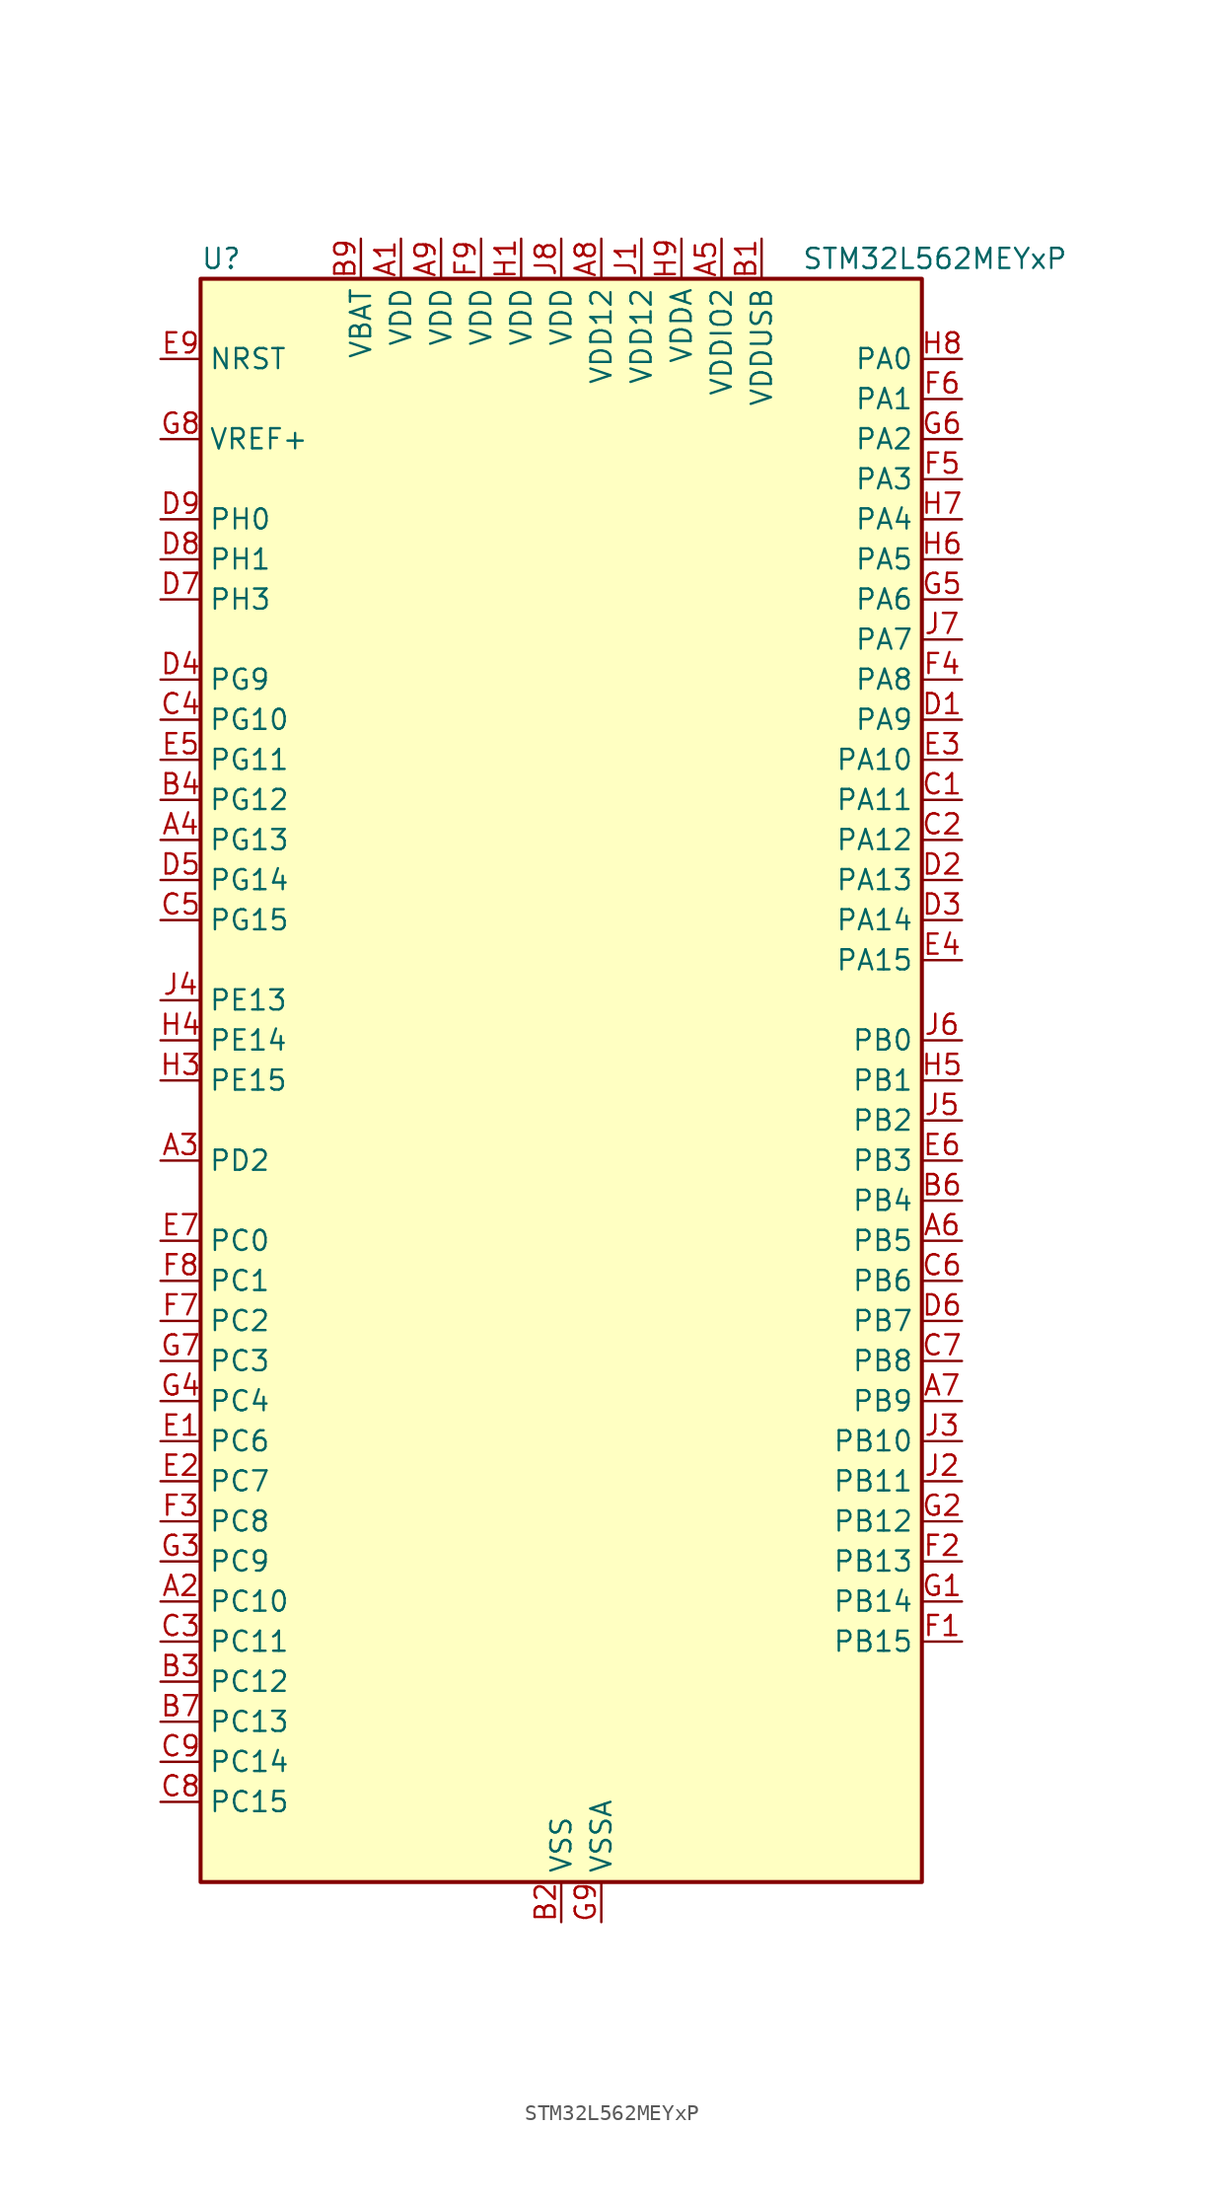
<source format=kicad_sym>
(kicad_symbol_lib
  (version 20241209)
  (generator "kicad_symbol_editor")
  (generator_version "9.0")
  (symbol "STM32L562MEYxP"
    (property "Reference" "U"
      (at -22.86 52.07 0)
      (effects (font (size 1.27 1.27)) (justify left)))
    (property "Value" "STM32L562MEYxP"
      (at 15.24 52.07 0)
      (effects (font (size 1.27 1.27)) (justify left)))
    (symbol "STM32L562MEYxP_0_1"
      (rectangle (start -22.86 -50.8) (end 22.86 50.8) (stroke (width 0.254) (type default)) (fill (type background))))
    (symbol "STM32L562MEYxP_1_1"
      (pin input line (at -25.4 45.72 0) (length 2.54) (name "NRST" (effects (font (size 1.27 1.27)))) (number "E9" (effects (font (size 1.27 1.27)))))
      (pin input line (at -25.4 40.64 0) (length 2.54) (name "VREF+" (effects (font (size 1.27 1.27)))) (number "G8" (effects (font (size 1.27 1.27)))) (alternate "VREFBUF_OUT" bidirectional line))
      (pin bidirectional line (at -25.4 35.56 0) (length 2.54) (name "PH0" (effects (font (size 1.27 1.27)))) (number "D9" (effects (font (size 1.27 1.27)))) (alternate "RCC_OSC_IN" bidirectional line))
      (pin bidirectional line (at -25.4 33.02 0) (length 2.54) (name "PH1" (effects (font (size 1.27 1.27)))) (number "D8" (effects (font (size 1.27 1.27)))) (alternate "RCC_OSC_OUT" bidirectional line))
      (pin bidirectional line (at -25.4 30.48 0) (length 2.54) (name "PH3" (effects (font (size 1.27 1.27)))) (number "D7" (effects (font (size 1.27 1.27)))))
      (pin bidirectional line (at -25.4 25.4 0) (length 2.54) (name "PG9" (effects (font (size 1.27 1.27)))) (number "D4" (effects (font (size 1.27 1.27)))) (alternate "DAC1_EXTI9" bidirectional line) (alternate "SAI2_SCK_A" bidirectional line) (alternate "SPI3_SCK" bidirectional line) (alternate "TIM15_CH1N" bidirectional line) (alternate "USART1_TX" bidirectional line))
      (pin bidirectional line (at -25.4 22.86 0) (length 2.54) (name "PG10" (effects (font (size 1.27 1.27)))) (number "C4" (effects (font (size 1.27 1.27)))) (alternate "LPTIM1_IN1" bidirectional line) (alternate "SAI2_FS_A" bidirectional line) (alternate "SPI3_MISO" bidirectional line) (alternate "TIM15_CH1" bidirectional line) (alternate "USART1_RX" bidirectional line))
      (pin bidirectional line (at -25.4 20.32 0) (length 2.54) (name "PG11" (effects (font (size 1.27 1.27)))) (number "E5" (effects (font (size 1.27 1.27)))) (alternate "ADC1_EXTI11" bidirectional line) (alternate "ADC2_EXTI11" bidirectional line) (alternate "LPTIM1_IN2" bidirectional line) (alternate "OCTOSPI1_IO5" bidirectional line) (alternate "SAI2_MCLK_A" bidirectional line) (alternate "SPI3_MOSI" bidirectional line) (alternate "TIM15_CH2" bidirectional line) (alternate "USART1_CTS" bidirectional line) (alternate "USART1_NSS" bidirectional line))
      (pin bidirectional line (at -25.4 17.78 0) (length 2.54) (name "PG12" (effects (font (size 1.27 1.27)))) (number "B4" (effects (font (size 1.27 1.27)))) (alternate "LPTIM1_ETR" bidirectional line) (alternate "SAI2_SD_A" bidirectional line) (alternate "SPI3_NSS" bidirectional line) (alternate "USART1_DE" bidirectional line) (alternate "USART1_RTS" bidirectional line))
      (pin bidirectional line (at -25.4 15.24 0) (length 2.54) (name "PG13" (effects (font (size 1.27 1.27)))) (number "A4" (effects (font (size 1.27 1.27)))) (alternate "I2C1_SDA" bidirectional line) (alternate "USART1_CK" bidirectional line))
      (pin bidirectional line (at -25.4 12.7 0) (length 2.54) (name "PG14" (effects (font (size 1.27 1.27)))) (number "D5" (effects (font (size 1.27 1.27)))) (alternate "I2C1_SCL" bidirectional line))
      (pin bidirectional line (at -25.4 10.16 0) (length 2.54) (name "PG15" (effects (font (size 1.27 1.27)))) (number "C5" (effects (font (size 1.27 1.27)))) (alternate "ADC1_EXTI15" bidirectional line) (alternate "ADC2_EXTI15" bidirectional line) (alternate "I2C1_SMBA" bidirectional line) (alternate "LPTIM1_OUT" bidirectional line))
      (pin bidirectional line (at -25.4 5.08 0) (length 2.54) (name "PE13" (effects (font (size 1.27 1.27)))) (number "J4" (effects (font (size 1.27 1.27)))) (alternate "OCTOSPI1_IO1" bidirectional line) (alternate "SPI1_SCK" bidirectional line) (alternate "TIM1_CH3" bidirectional line) (alternate "TSC_G5_IO4" bidirectional line))
      (pin bidirectional line (at -25.4 2.54 0) (length 2.54) (name "PE14" (effects (font (size 1.27 1.27)))) (number "H4" (effects (font (size 1.27 1.27)))) (alternate "OCTOSPI1_IO2" bidirectional line) (alternate "SPI1_MISO" bidirectional line) (alternate "TIM1_BKIN2" bidirectional line) (alternate "TIM1_CH4" bidirectional line))
      (pin bidirectional line (at -25.4 0 0) (length 2.54) (name "PE15" (effects (font (size 1.27 1.27)))) (number "H3" (effects (font (size 1.27 1.27)))) (alternate "ADC1_EXTI15" bidirectional line) (alternate "ADC2_EXTI15" bidirectional line) (alternate "OCTOSPI1_IO3" bidirectional line) (alternate "SPI1_MOSI" bidirectional line) (alternate "TIM1_BKIN" bidirectional line))
      (pin bidirectional line (at -25.4 -5.08 0) (length 2.54) (name "PD2" (effects (font (size 1.27 1.27)))) (number "A3" (effects (font (size 1.27 1.27)))) (alternate "DEBUG_TRACED2" bidirectional line) (alternate "SDMMC1_CMD" bidirectional line) (alternate "TIM3_ETR" bidirectional line) (alternate "TSC_SYNC" bidirectional line) (alternate "UART5_RX" bidirectional line) (alternate "USART3_DE" bidirectional line) (alternate "USART3_RTS" bidirectional line))
      (pin bidirectional line (at -25.4 -10.16 0) (length 2.54) (name "PC0" (effects (font (size 1.27 1.27)))) (number "E7" (effects (font (size 1.27 1.27)))) (alternate "ADC1_IN1" bidirectional line) (alternate "ADC2_IN1" bidirectional line) (alternate "I2C3_SCL" bidirectional line) (alternate "LPTIM1_IN1" bidirectional line) (alternate "LPTIM2_IN1" bidirectional line) (alternate "LPUART1_RX" bidirectional line) (alternate "OCTOSPI1_IO7" bidirectional line) (alternate "SAI2_FS_A" bidirectional line) (alternate "SDMMC1_D5" bidirectional line))
      (pin bidirectional line (at -25.4 -12.7 0) (length 2.54) (name "PC1" (effects (font (size 1.27 1.27)))) (number "F8" (effects (font (size 1.27 1.27)))) (alternate "ADC1_IN2" bidirectional line) (alternate "ADC2_IN2" bidirectional line) (alternate "DEBUG_TRACED0" bidirectional line) (alternate "I2C3_SDA" bidirectional line) (alternate "LPTIM1_OUT" bidirectional line) (alternate "LPUART1_TX" bidirectional line) (alternate "OCTOSPI1_IO4" bidirectional line) (alternate "SAI1_SD_A" bidirectional line) (alternate "SPI2_MOSI" bidirectional line))
      (pin bidirectional line (at -25.4 -15.24 0) (length 2.54) (name "PC2" (effects (font (size 1.27 1.27)))) (number "F7" (effects (font (size 1.27 1.27)))) (alternate "ADC1_IN3" bidirectional line) (alternate "ADC2_IN3" bidirectional line) (alternate "DFSDM1_CKOUT" bidirectional line) (alternate "LPTIM1_IN2" bidirectional line) (alternate "OCTOSPI1_IO5" bidirectional line) (alternate "SPI2_MISO" bidirectional line))
      (pin bidirectional line (at -25.4 -17.78 0) (length 2.54) (name "PC3" (effects (font (size 1.27 1.27)))) (number "G7" (effects (font (size 1.27 1.27)))) (alternate "ADC1_IN4" bidirectional line) (alternate "ADC2_IN4" bidirectional line) (alternate "LPTIM1_ETR" bidirectional line) (alternate "LPTIM2_ETR" bidirectional line) (alternate "LPTIM3_OUT" bidirectional line) (alternate "OCTOSPI1_IO6" bidirectional line) (alternate "SAI1_D1" bidirectional line) (alternate "SAI1_SD_A" bidirectional line) (alternate "SPI2_MOSI" bidirectional line))
      (pin bidirectional line (at -25.4 -20.32 0) (length 2.54) (name "PC4" (effects (font (size 1.27 1.27)))) (number "G4" (effects (font (size 1.27 1.27)))) (alternate "ADC1_IN13" bidirectional line) (alternate "ADC2_IN13" bidirectional line) (alternate "COMP1_INM" bidirectional line) (alternate "OCTOSPI1_IO7" bidirectional line) (alternate "USART3_TX" bidirectional line))
      (pin bidirectional line (at -25.4 -22.86 0) (length 2.54) (name "PC6" (effects (font (size 1.27 1.27)))) (number "E1" (effects (font (size 1.27 1.27)))) (alternate "DFSDM1_CKIN3" bidirectional line) (alternate "SAI2_MCLK_A" bidirectional line) (alternate "SDMMC1_D0DIR" bidirectional line) (alternate "SDMMC1_D6" bidirectional line) (alternate "TIM3_CH1" bidirectional line) (alternate "TIM8_CH1" bidirectional line) (alternate "TSC_G4_IO1" bidirectional line))
      (pin bidirectional line (at -25.4 -25.4 0) (length 2.54) (name "PC7" (effects (font (size 1.27 1.27)))) (number "E2" (effects (font (size 1.27 1.27)))) (alternate "DFSDM1_DATIN3" bidirectional line) (alternate "SAI2_MCLK_B" bidirectional line) (alternate "SDMMC1_D123DIR" bidirectional line) (alternate "SDMMC1_D7" bidirectional line) (alternate "TIM3_CH2" bidirectional line) (alternate "TIM8_CH2" bidirectional line) (alternate "TSC_G4_IO2" bidirectional line))
      (pin bidirectional line (at -25.4 -27.94 0) (length 2.54) (name "PC8" (effects (font (size 1.27 1.27)))) (number "F3" (effects (font (size 1.27 1.27)))) (alternate "SDMMC1_D0" bidirectional line) (alternate "TIM3_CH3" bidirectional line) (alternate "TIM8_CH3" bidirectional line) (alternate "TSC_G4_IO3" bidirectional line))
      (pin bidirectional line (at -25.4 -30.48 0) (length 2.54) (name "PC9" (effects (font (size 1.27 1.27)))) (number "G3" (effects (font (size 1.27 1.27)))) (alternate "DAC1_EXTI9" bidirectional line) (alternate "DEBUG_TRACED0" bidirectional line) (alternate "SAI2_EXTCLK" bidirectional line) (alternate "SDMMC1_D1" bidirectional line) (alternate "TIM3_CH4" bidirectional line) (alternate "TIM8_BKIN2" bidirectional line) (alternate "TIM8_CH4" bidirectional line) (alternate "TSC_G4_IO4" bidirectional line) (alternate "USB_NOE" bidirectional line))
      (pin bidirectional line (at -25.4 -33.02 0) (length 2.54) (name "PC10" (effects (font (size 1.27 1.27)))) (number "A2" (effects (font (size 1.27 1.27)))) (alternate "DEBUG_TRACED1" bidirectional line) (alternate "LPTIM3_ETR" bidirectional line) (alternate "SAI2_SCK_B" bidirectional line) (alternate "SDMMC1_D2" bidirectional line) (alternate "SPI3_SCK" bidirectional line) (alternate "TSC_G3_IO2" bidirectional line) (alternate "UART4_TX" bidirectional line) (alternate "USART3_TX" bidirectional line))
      (pin bidirectional line (at -25.4 -35.56 0) (length 2.54) (name "PC11" (effects (font (size 1.27 1.27)))) (number "C3" (effects (font (size 1.27 1.27)))) (alternate "ADC1_EXTI11" bidirectional line) (alternate "ADC2_EXTI11" bidirectional line) (alternate "LPTIM3_IN1" bidirectional line) (alternate "OCTOSPI1_NCS" bidirectional line) (alternate "SAI2_MCLK_B" bidirectional line) (alternate "SDMMC1_D3" bidirectional line) (alternate "SPI3_MISO" bidirectional line) (alternate "TSC_G3_IO3" bidirectional line) (alternate "UART4_RX" bidirectional line) (alternate "UCPD1_FRSTX2" bidirectional line) (alternate "USART3_RX" bidirectional line))
      (pin bidirectional line (at -25.4 -38.1 0) (length 2.54) (name "PC12" (effects (font (size 1.27 1.27)))) (number "B3" (effects (font (size 1.27 1.27)))) (alternate "DEBUG_TRACED3" bidirectional line) (alternate "SAI2_SD_B" bidirectional line) (alternate "SDMMC1_CK" bidirectional line) (alternate "SPI3_MOSI" bidirectional line) (alternate "TSC_G3_IO4" bidirectional line) (alternate "UART5_TX" bidirectional line) (alternate "USART3_CK" bidirectional line))
      (pin bidirectional line (at -25.4 -40.64 0) (length 2.54) (name "PC13" (effects (font (size 1.27 1.27)))) (number "B7" (effects (font (size 1.27 1.27)))) (alternate "PWR_WKUP2" bidirectional line) (alternate "RTC_OUT1" bidirectional line) (alternate "RTC_TS" bidirectional line) (alternate "TAMP_IN1" bidirectional line) (alternate "TAMP_OUT2" bidirectional line))
      (pin bidirectional line (at -25.4 -43.18 0) (length 2.54) (name "PC14" (effects (font (size 1.27 1.27)))) (number "C9" (effects (font (size 1.27 1.27)))) (alternate "RCC_OSC32_IN" bidirectional line))
      (pin bidirectional line (at -25.4 -45.72 0) (length 2.54) (name "PC15" (effects (font (size 1.27 1.27)))) (number "C8" (effects (font (size 1.27 1.27)))) (alternate "ADC1_EXTI15" bidirectional line) (alternate "ADC2_EXTI15" bidirectional line) (alternate "RCC_OSC32_OUT" bidirectional line))
      (pin power_in line (at -12.7 53.34 270) (length 2.54) (name "VBAT" (effects (font (size 1.27 1.27)))) (number "B9" (effects (font (size 1.27 1.27)))))
      (pin power_in line (at -10.16 53.34 270) (length 2.54) (name "VDD" (effects (font (size 1.27 1.27)))) (number "A1" (effects (font (size 1.27 1.27)))))
      (pin power_in line (at -7.62 53.34 270) (length 2.54) (name "VDD" (effects (font (size 1.27 1.27)))) (number "A9" (effects (font (size 1.27 1.27)))))
      (pin power_in line (at -5.08 53.34 270) (length 2.54) (name "VDD" (effects (font (size 1.27 1.27)))) (number "F9" (effects (font (size 1.27 1.27)))))
      (pin power_in line (at -2.54 53.34 270) (length 2.54) (name "VDD" (effects (font (size 1.27 1.27)))) (number "H1" (effects (font (size 1.27 1.27)))))
      (pin power_in line (at 0 53.34 270) (length 2.54) (name "VDD" (effects (font (size 1.27 1.27)))) (number "J8" (effects (font (size 1.27 1.27)))))
      (pin power_in line (at 0 -53.34 90) (length 2.54) (name "VSS" (effects (font (size 1.27 1.27)))) (number "B2" (effects (font (size 1.27 1.27)))))
      (pin passive line (at 0 -53.34 90) (length 2.54) (hide yes) (name "VSS" (effects (font (size 1.27 1.27)))) (number "B5" (effects (font (size 1.27 1.27)))))
      (pin passive line (at 0 -53.34 90) (length 2.54) (hide yes) (name "VSS" (effects (font (size 1.27 1.27)))) (number "B8" (effects (font (size 1.27 1.27)))))
      (pin passive line (at 0 -53.34 90) (length 2.54) (hide yes) (name "VSS" (effects (font (size 1.27 1.27)))) (number "E8" (effects (font (size 1.27 1.27)))))
      (pin passive line (at 0 -53.34 90) (length 2.54) (hide yes) (name "VSS" (effects (font (size 1.27 1.27)))) (number "H2" (effects (font (size 1.27 1.27)))))
      (pin passive line (at 0 -53.34 90) (length 2.54) (hide yes) (name "VSS" (effects (font (size 1.27 1.27)))) (number "J9" (effects (font (size 1.27 1.27)))))
      (pin power_in line (at 2.54 53.34 270) (length 2.54) (name "VDD12" (effects (font (size 1.27 1.27)))) (number "A8" (effects (font (size 1.27 1.27)))))
      (pin power_in line (at 2.54 -53.34 90) (length 2.54) (name "VSSA" (effects (font (size 1.27 1.27)))) (number "G9" (effects (font (size 1.27 1.27)))))
      (pin power_in line (at 5.08 53.34 270) (length 2.54) (name "VDD12" (effects (font (size 1.27 1.27)))) (number "J1" (effects (font (size 1.27 1.27)))))
      (pin power_in line (at 7.62 53.34 270) (length 2.54) (name "VDDA" (effects (font (size 1.27 1.27)))) (number "H9" (effects (font (size 1.27 1.27)))))
      (pin power_in line (at 10.16 53.34 270) (length 2.54) (name "VDDIO2" (effects (font (size 1.27 1.27)))) (number "A5" (effects (font (size 1.27 1.27)))))
      (pin power_in line (at 12.7 53.34 270) (length 2.54) (name "VDDUSB" (effects (font (size 1.27 1.27)))) (number "B1" (effects (font (size 1.27 1.27)))))
      (pin bidirectional line (at 25.4 45.72 180) (length 2.54) (name "PA0" (effects (font (size 1.27 1.27)))) (number "H8" (effects (font (size 1.27 1.27)))) (alternate "ADC1_IN5" bidirectional line) (alternate "ADC2_IN5" bidirectional line) (alternate "OPAMP1_VINP" bidirectional line) (alternate "PWR_WKUP1" bidirectional line) (alternate "SAI1_EXTCLK" bidirectional line) (alternate "TAMP_IN2" bidirectional line) (alternate "TAMP_OUT1" bidirectional line) (alternate "TIM2_CH1" bidirectional line) (alternate "TIM2_ETR" bidirectional line) (alternate "TIM5_CH1" bidirectional line) (alternate "TIM8_ETR" bidirectional line) (alternate "UART4_TX" bidirectional line) (alternate "USART2_CTS" bidirectional line) (alternate "USART2_NSS" bidirectional line))
      (pin bidirectional line (at 25.4 43.18 180) (length 2.54) (name "PA1" (effects (font (size 1.27 1.27)))) (number "F6" (effects (font (size 1.27 1.27)))) (alternate "ADC1_IN6" bidirectional line) (alternate "ADC2_IN6" bidirectional line) (alternate "I2C1_SMBA" bidirectional line) (alternate "OCTOSPI1_DQS" bidirectional line) (alternate "OPAMP1_VINM" bidirectional line) (alternate "SPI1_SCK" bidirectional line) (alternate "TAMP_IN5" bidirectional line) (alternate "TAMP_OUT4" bidirectional line) (alternate "TIM15_CH1N" bidirectional line) (alternate "TIM2_CH2" bidirectional line) (alternate "TIM5_CH2" bidirectional line) (alternate "UART4_RX" bidirectional line) (alternate "USART2_DE" bidirectional line) (alternate "USART2_RTS" bidirectional line))
      (pin bidirectional line (at 25.4 40.64 180) (length 2.54) (name "PA2" (effects (font (size 1.27 1.27)))) (number "G6" (effects (font (size 1.27 1.27)))) (alternate "ADC1_IN7" bidirectional line) (alternate "ADC2_IN7" bidirectional line) (alternate "COMP1_INP" bidirectional line) (alternate "LPUART1_TX" bidirectional line) (alternate "OCTOSPI1_NCS" bidirectional line) (alternate "PWR_WKUP4" bidirectional line) (alternate "RCC_LSCO" bidirectional line) (alternate "SAI2_EXTCLK" bidirectional line) (alternate "TIM15_CH1" bidirectional line) (alternate "TIM2_CH3" bidirectional line) (alternate "TIM5_CH3" bidirectional line) (alternate "UCPD1_FRSTX1" bidirectional line) (alternate "USART2_TX" bidirectional line))
      (pin bidirectional line (at 25.4 38.1 180) (length 2.54) (name "PA3" (effects (font (size 1.27 1.27)))) (number "F5" (effects (font (size 1.27 1.27)))) (alternate "ADC1_IN8" bidirectional line) (alternate "ADC2_IN8" bidirectional line) (alternate "LPUART1_RX" bidirectional line) (alternate "OCTOSPI1_CLK" bidirectional line) (alternate "OPAMP1_VOUT" bidirectional line) (alternate "SAI1_CK1" bidirectional line) (alternate "SAI1_MCLK_A" bidirectional line) (alternate "TIM15_CH2" bidirectional line) (alternate "TIM2_CH4" bidirectional line) (alternate "TIM5_CH4" bidirectional line) (alternate "USART2_RX" bidirectional line))
      (pin bidirectional line (at 25.4 35.56 180) (length 2.54) (name "PA4" (effects (font (size 1.27 1.27)))) (number "H7" (effects (font (size 1.27 1.27)))) (alternate "ADC1_IN9" bidirectional line) (alternate "ADC2_IN9" bidirectional line) (alternate "DAC1_OUT1" bidirectional line) (alternate "LPTIM2_OUT" bidirectional line) (alternate "OCTOSPI1_NCS" bidirectional line) (alternate "SAI1_FS_B" bidirectional line) (alternate "SPI1_NSS" bidirectional line) (alternate "SPI3_NSS" bidirectional line) (alternate "USART2_CK" bidirectional line))
      (pin bidirectional line (at 25.4 33.02 180) (length 2.54) (name "PA5" (effects (font (size 1.27 1.27)))) (number "H6" (effects (font (size 1.27 1.27)))) (alternate "ADC1_IN10" bidirectional line) (alternate "ADC2_IN10" bidirectional line) (alternate "DAC1_OUT2" bidirectional line) (alternate "LPTIM2_ETR" bidirectional line) (alternate "SPI1_SCK" bidirectional line) (alternate "TIM2_CH1" bidirectional line) (alternate "TIM2_ETR" bidirectional line) (alternate "TIM8_CH1N" bidirectional line))
      (pin bidirectional line (at 25.4 30.48 180) (length 2.54) (name "PA6" (effects (font (size 1.27 1.27)))) (number "G5" (effects (font (size 1.27 1.27)))) (alternate "ADC1_IN11" bidirectional line) (alternate "ADC2_IN11" bidirectional line) (alternate "LPUART1_CTS" bidirectional line) (alternate "OCTOSPI1_IO3" bidirectional line) (alternate "OPAMP2_VINP" bidirectional line) (alternate "SPI1_MISO" bidirectional line) (alternate "TIM16_CH1" bidirectional line) (alternate "TIM1_BKIN" bidirectional line) (alternate "TIM3_CH1" bidirectional line) (alternate "TIM8_BKIN" bidirectional line) (alternate "USART3_CTS" bidirectional line) (alternate "USART3_NSS" bidirectional line))
      (pin bidirectional line (at 25.4 27.94 180) (length 2.54) (name "PA7" (effects (font (size 1.27 1.27)))) (number "J7" (effects (font (size 1.27 1.27)))) (alternate "ADC1_IN12" bidirectional line) (alternate "ADC2_IN12" bidirectional line) (alternate "I2C3_SCL" bidirectional line) (alternate "OCTOSPI1_IO2" bidirectional line) (alternate "OPAMP2_VINM" bidirectional line) (alternate "SPI1_MOSI" bidirectional line) (alternate "TIM17_CH1" bidirectional line) (alternate "TIM1_CH1N" bidirectional line) (alternate "TIM3_CH2" bidirectional line) (alternate "TIM8_CH1N" bidirectional line))
      (pin bidirectional line (at 25.4 25.4 180) (length 2.54) (name "PA8" (effects (font (size 1.27 1.27)))) (number "F4" (effects (font (size 1.27 1.27)))) (alternate "LPTIM2_OUT" bidirectional line) (alternate "RCC_MCO" bidirectional line) (alternate "SAI1_CK2" bidirectional line) (alternate "SAI1_SCK_A" bidirectional line) (alternate "TIM1_CH1" bidirectional line) (alternate "USART1_CK" bidirectional line))
      (pin bidirectional line (at 25.4 22.86 180) (length 2.54) (name "PA9" (effects (font (size 1.27 1.27)))) (number "D1" (effects (font (size 1.27 1.27)))) (alternate "DAC1_EXTI9" bidirectional line) (alternate "SAI1_FS_A" bidirectional line) (alternate "SPI2_SCK" bidirectional line) (alternate "TIM15_BKIN" bidirectional line) (alternate "TIM1_CH2" bidirectional line) (alternate "USART1_TX" bidirectional line))
      (pin bidirectional line (at 25.4 20.32 180) (length 2.54) (name "PA10" (effects (font (size 1.27 1.27)))) (number "E3" (effects (font (size 1.27 1.27)))) (alternate "CRS_SYNC" bidirectional line) (alternate "SAI1_D1" bidirectional line) (alternate "SAI1_SD_A" bidirectional line) (alternate "TIM17_BKIN" bidirectional line) (alternate "TIM1_CH3" bidirectional line) (alternate "USART1_RX" bidirectional line))
      (pin bidirectional line (at 25.4 17.78 180) (length 2.54) (name "PA11" (effects (font (size 1.27 1.27)))) (number "C1" (effects (font (size 1.27 1.27)))) (alternate "ADC1_EXTI11" bidirectional line) (alternate "ADC2_EXTI11" bidirectional line) (alternate "FDCAN1_RX" bidirectional line) (alternate "SPI1_MISO" bidirectional line) (alternate "TIM1_BKIN2" bidirectional line) (alternate "TIM1_CH4" bidirectional line) (alternate "USART1_CTS" bidirectional line) (alternate "USART1_NSS" bidirectional line) (alternate "USB_DM" bidirectional line))
      (pin bidirectional line (at 25.4 15.24 180) (length 2.54) (name "PA12" (effects (font (size 1.27 1.27)))) (number "C2" (effects (font (size 1.27 1.27)))) (alternate "FDCAN1_TX" bidirectional line) (alternate "SPI1_MOSI" bidirectional line) (alternate "TIM1_ETR" bidirectional line) (alternate "USART1_DE" bidirectional line) (alternate "USART1_RTS" bidirectional line) (alternate "USB_DP" bidirectional line))
      (pin bidirectional line (at 25.4 12.7 180) (length 2.54) (name "PA13" (effects (font (size 1.27 1.27)))) (number "D2" (effects (font (size 1.27 1.27)))) (alternate "DEBUG_JTMS-SWDIO" bidirectional line) (alternate "IR_OUT" bidirectional line) (alternate "SAI1_SD_B" bidirectional line) (alternate "USB_NOE" bidirectional line))
      (pin bidirectional line (at 25.4 10.16 180) (length 2.54) (name "PA14" (effects (font (size 1.27 1.27)))) (number "D3" (effects (font (size 1.27 1.27)))) (alternate "DEBUG_JTCK-SWCLK" bidirectional line) (alternate "I2C1_SMBA" bidirectional line) (alternate "I2C4_SMBA" bidirectional line) (alternate "LPTIM1_OUT" bidirectional line) (alternate "SAI1_FS_B" bidirectional line))
      (pin bidirectional line (at 25.4 7.62 180) (length 2.54) (name "PA15" (effects (font (size 1.27 1.27)))) (number "E4" (effects (font (size 1.27 1.27)))) (alternate "ADC1_EXTI15" bidirectional line) (alternate "ADC2_EXTI15" bidirectional line) (alternate "DEBUG_JTDI" bidirectional line) (alternate "SAI2_FS_B" bidirectional line) (alternate "SPI1_NSS" bidirectional line) (alternate "SPI3_NSS" bidirectional line) (alternate "TIM2_CH1" bidirectional line) (alternate "TIM2_ETR" bidirectional line) (alternate "UART4_DE" bidirectional line) (alternate "UART4_RTS" bidirectional line) (alternate "UCPD1_CC1" bidirectional line) (alternate "USART2_RX" bidirectional line) (alternate "USART3_DE" bidirectional line) (alternate "USART3_RTS" bidirectional line))
      (pin bidirectional line (at 25.4 2.54 180) (length 2.54) (name "PB0" (effects (font (size 1.27 1.27)))) (number "J6" (effects (font (size 1.27 1.27)))) (alternate "ADC1_IN15" bidirectional line) (alternate "ADC2_IN15" bidirectional line) (alternate "COMP1_OUT" bidirectional line) (alternate "OCTOSPI1_IO1" bidirectional line) (alternate "OPAMP2_VOUT" bidirectional line) (alternate "SAI1_EXTCLK" bidirectional line) (alternate "SPI1_NSS" bidirectional line) (alternate "TIM1_CH2N" bidirectional line) (alternate "TIM3_CH3" bidirectional line) (alternate "TIM8_CH2N" bidirectional line) (alternate "USART3_CK" bidirectional line))
      (pin bidirectional line (at 25.4 0 180) (length 2.54) (name "PB1" (effects (font (size 1.27 1.27)))) (number "H5" (effects (font (size 1.27 1.27)))) (alternate "ADC1_IN16" bidirectional line) (alternate "ADC2_IN16" bidirectional line) (alternate "COMP1_INM" bidirectional line) (alternate "DFSDM1_DATIN0" bidirectional line) (alternate "LPTIM2_IN1" bidirectional line) (alternate "LPUART1_DE" bidirectional line) (alternate "LPUART1_RTS" bidirectional line) (alternate "OCTOSPI1_IO0" bidirectional line) (alternate "TIM1_CH3N" bidirectional line) (alternate "TIM3_CH4" bidirectional line) (alternate "TIM8_CH3N" bidirectional line) (alternate "USART3_DE" bidirectional line) (alternate "USART3_RTS" bidirectional line))
      (pin bidirectional line (at 25.4 -2.54 180) (length 2.54) (name "PB2" (effects (font (size 1.27 1.27)))) (number "J5" (effects (font (size 1.27 1.27)))) (alternate "COMP1_INP" bidirectional line) (alternate "DFSDM1_CKIN0" bidirectional line) (alternate "I2C3_SMBA" bidirectional line) (alternate "LPTIM1_OUT" bidirectional line) (alternate "OCTOSPI1_DQS" bidirectional line) (alternate "RTC_OUT2" bidirectional line) (alternate "UCPD1_FRSTX1" bidirectional line))
      (pin bidirectional line (at 25.4 -5.08 180) (length 2.54) (name "PB3" (effects (font (size 1.27 1.27)))) (number "E6" (effects (font (size 1.27 1.27)))) (alternate "COMP2_INM" bidirectional line) (alternate "CRS_SYNC" bidirectional line) (alternate "DEBUG_JTDO-SWO" bidirectional line) (alternate "SAI1_SCK_B" bidirectional line) (alternate "SPI1_SCK" bidirectional line) (alternate "SPI3_SCK" bidirectional line) (alternate "TIM2_CH2" bidirectional line) (alternate "USART1_DE" bidirectional line) (alternate "USART1_RTS" bidirectional line))
      (pin bidirectional line (at 25.4 -7.62 180) (length 2.54) (name "PB4" (effects (font (size 1.27 1.27)))) (number "B6" (effects (font (size 1.27 1.27)))) (alternate "COMP2_INP" bidirectional line) (alternate "DEBUG_JTRST" bidirectional line) (alternate "I2C3_SDA" bidirectional line) (alternate "SAI1_MCLK_B" bidirectional line) (alternate "SPI1_MISO" bidirectional line) (alternate "SPI3_MISO" bidirectional line) (alternate "TIM17_BKIN" bidirectional line) (alternate "TIM3_CH1" bidirectional line) (alternate "TSC_G2_IO1" bidirectional line) (alternate "UART5_DE" bidirectional line) (alternate "UART5_RTS" bidirectional line) (alternate "USART1_CTS" bidirectional line) (alternate "USART1_NSS" bidirectional line))
      (pin bidirectional line (at 25.4 -10.16 180) (length 2.54) (name "PB5" (effects (font (size 1.27 1.27)))) (number "A6" (effects (font (size 1.27 1.27)))) (alternate "COMP2_OUT" bidirectional line) (alternate "I2C1_SMBA" bidirectional line) (alternate "LPTIM1_IN1" bidirectional line) (alternate "OCTOSPI1_NCLK" bidirectional line) (alternate "SAI1_SD_B" bidirectional line) (alternate "SPI1_MOSI" bidirectional line) (alternate "SPI3_MOSI" bidirectional line) (alternate "TIM16_BKIN" bidirectional line) (alternate "TIM3_CH2" bidirectional line) (alternate "TSC_G2_IO2" bidirectional line) (alternate "UART5_CTS" bidirectional line) (alternate "UCPD1_DBCC1" bidirectional line) (alternate "USART1_CK" bidirectional line))
      (pin bidirectional line (at 25.4 -12.7 180) (length 2.54) (name "PB6" (effects (font (size 1.27 1.27)))) (number "C6" (effects (font (size 1.27 1.27)))) (alternate "COMP2_INP" bidirectional line) (alternate "I2C1_SCL" bidirectional line) (alternate "I2C4_SCL" bidirectional line) (alternate "LPTIM1_ETR" bidirectional line) (alternate "SAI1_FS_B" bidirectional line) (alternate "TIM16_CH1N" bidirectional line) (alternate "TIM4_CH1" bidirectional line) (alternate "TIM8_BKIN2" bidirectional line) (alternate "TSC_G2_IO3" bidirectional line) (alternate "USART1_TX" bidirectional line))
      (pin bidirectional line (at 25.4 -15.24 180) (length 2.54) (name "PB7" (effects (font (size 1.27 1.27)))) (number "D6" (effects (font (size 1.27 1.27)))) (alternate "COMP2_INM" bidirectional line) (alternate "I2C1_SDA" bidirectional line) (alternate "I2C4_SDA" bidirectional line) (alternate "LPTIM1_IN2" bidirectional line) (alternate "PWR_PVD_IN" bidirectional line) (alternate "TIM17_CH1N" bidirectional line) (alternate "TIM4_CH2" bidirectional line) (alternate "TIM8_BKIN" bidirectional line) (alternate "TSC_G2_IO4" bidirectional line) (alternate "UART4_CTS" bidirectional line) (alternate "USART1_RX" bidirectional line))
      (pin bidirectional line (at 25.4 -17.78 180) (length 2.54) (name "PB8" (effects (font (size 1.27 1.27)))) (number "C7" (effects (font (size 1.27 1.27)))) (alternate "DFSDM1_CKOUT" bidirectional line) (alternate "FDCAN1_RX" bidirectional line) (alternate "I2C1_SCL" bidirectional line) (alternate "SAI1_CK1" bidirectional line) (alternate "SAI1_MCLK_A" bidirectional line) (alternate "SDMMC1_CKIN" bidirectional line) (alternate "SDMMC1_D4" bidirectional line) (alternate "TIM16_CH1" bidirectional line) (alternate "TIM4_CH3" bidirectional line))
      (pin bidirectional line (at 25.4 -20.32 180) (length 2.54) (name "PB9" (effects (font (size 1.27 1.27)))) (number "A7" (effects (font (size 1.27 1.27)))) (alternate "DAC1_EXTI9" bidirectional line) (alternate "FDCAN1_TX" bidirectional line) (alternate "I2C1_SDA" bidirectional line) (alternate "IR_OUT" bidirectional line) (alternate "SAI1_D2" bidirectional line) (alternate "SAI1_FS_A" bidirectional line) (alternate "SDMMC1_CDIR" bidirectional line) (alternate "SDMMC1_D5" bidirectional line) (alternate "SPI2_NSS" bidirectional line) (alternate "TIM17_CH1" bidirectional line) (alternate "TIM4_CH4" bidirectional line))
      (pin bidirectional line (at 25.4 -22.86 180) (length 2.54) (name "PB10" (effects (font (size 1.27 1.27)))) (number "J3" (effects (font (size 1.27 1.27)))) (alternate "COMP1_OUT" bidirectional line) (alternate "I2C2_SCL" bidirectional line) (alternate "I2C4_SCL" bidirectional line) (alternate "LPTIM3_OUT" bidirectional line) (alternate "LPUART1_RX" bidirectional line) (alternate "OCTOSPI1_CLK" bidirectional line) (alternate "SAI1_SCK_A" bidirectional line) (alternate "SPI2_SCK" bidirectional line) (alternate "TIM2_CH3" bidirectional line) (alternate "TSC_SYNC" bidirectional line) (alternate "USART3_TX" bidirectional line))
      (pin bidirectional line (at 25.4 -25.4 180) (length 2.54) (name "PB11" (effects (font (size 1.27 1.27)))) (number "J2" (effects (font (size 1.27 1.27)))) (alternate "ADC1_EXTI11" bidirectional line) (alternate "ADC2_EXTI11" bidirectional line) (alternate "COMP2_OUT" bidirectional line) (alternate "I2C2_SDA" bidirectional line) (alternate "I2C4_SDA" bidirectional line) (alternate "LPUART1_TX" bidirectional line) (alternate "OCTOSPI1_NCS" bidirectional line) (alternate "TIM2_CH4" bidirectional line) (alternate "USART3_RX" bidirectional line))
      (pin bidirectional line (at 25.4 -27.94 180) (length 2.54) (name "PB12" (effects (font (size 1.27 1.27)))) (number "G2" (effects (font (size 1.27 1.27)))) (alternate "DFSDM1_DATIN1" bidirectional line) (alternate "I2C2_SMBA" bidirectional line) (alternate "LPUART1_DE" bidirectional line) (alternate "LPUART1_RTS" bidirectional line) (alternate "OCTOSPI1_NCLK" bidirectional line) (alternate "SAI2_FS_A" bidirectional line) (alternate "SPI2_NSS" bidirectional line) (alternate "TIM15_BKIN" bidirectional line) (alternate "TIM1_BKIN" bidirectional line) (alternate "TSC_G1_IO1" bidirectional line) (alternate "USART3_CK" bidirectional line))
      (pin bidirectional line (at 25.4 -30.48 180) (length 2.54) (name "PB13" (effects (font (size 1.27 1.27)))) (number "F2" (effects (font (size 1.27 1.27)))) (alternate "DFSDM1_CKIN1" bidirectional line) (alternate "I2C2_SCL" bidirectional line) (alternate "LPTIM3_IN1" bidirectional line) (alternate "LPUART1_CTS" bidirectional line) (alternate "SAI2_SCK_A" bidirectional line) (alternate "SPI2_SCK" bidirectional line) (alternate "TIM15_CH1N" bidirectional line) (alternate "TIM1_CH1N" bidirectional line) (alternate "TSC_G1_IO2" bidirectional line) (alternate "UCPD1_FRSTX2" bidirectional line) (alternate "USART3_CTS" bidirectional line) (alternate "USART3_NSS" bidirectional line))
      (pin bidirectional line (at 25.4 -33.02 180) (length 2.54) (name "PB14" (effects (font (size 1.27 1.27)))) (number "G1" (effects (font (size 1.27 1.27)))) (alternate "DFSDM1_DATIN2" bidirectional line) (alternate "I2C2_SDA" bidirectional line) (alternate "LPTIM3_ETR" bidirectional line) (alternate "SAI2_MCLK_A" bidirectional line) (alternate "SPI2_MISO" bidirectional line) (alternate "TIM15_CH1" bidirectional line) (alternate "TIM1_CH2N" bidirectional line) (alternate "TIM8_CH2N" bidirectional line) (alternate "TSC_G1_IO3" bidirectional line) (alternate "UCPD1_DBCC2" bidirectional line) (alternate "USART3_DE" bidirectional line) (alternate "USART3_RTS" bidirectional line))
      (pin bidirectional line (at 25.4 -35.56 180) (length 2.54) (name "PB15" (effects (font (size 1.27 1.27)))) (number "F1" (effects (font (size 1.27 1.27)))) (alternate "ADC1_EXTI15" bidirectional line) (alternate "ADC2_EXTI15" bidirectional line) (alternate "DFSDM1_CKIN2" bidirectional line) (alternate "RTC_REFIN" bidirectional line) (alternate "SAI2_SD_A" bidirectional line) (alternate "SPI2_MOSI" bidirectional line) (alternate "TIM15_CH2" bidirectional line) (alternate "TIM1_CH3N" bidirectional line) (alternate "TIM8_CH3N" bidirectional line) (alternate "UCPD1_CC2" bidirectional line)))))
</source>
